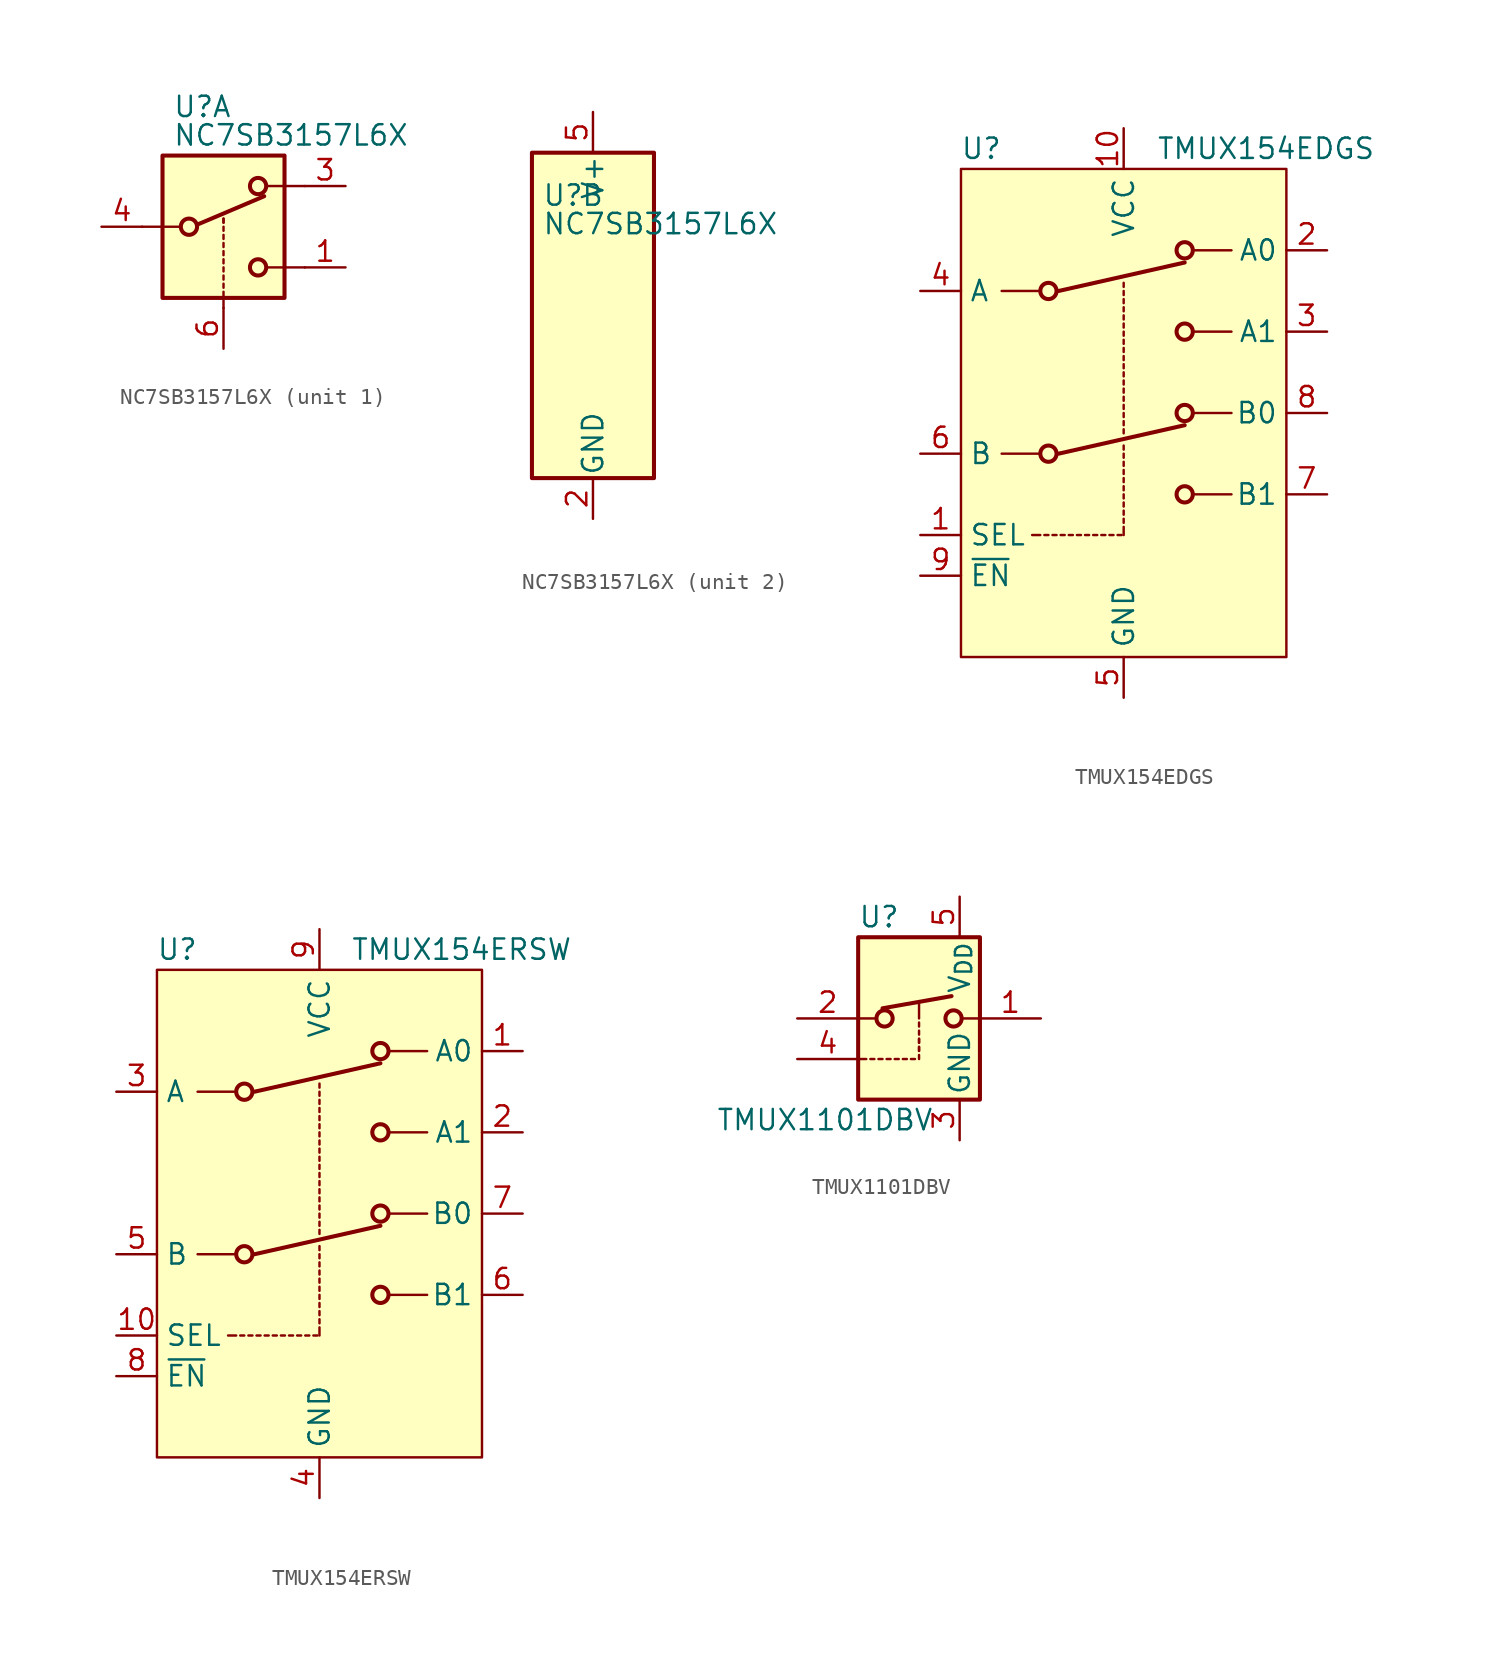
<source format=kicad_sym>
(kicad_symbol_lib
  (version 20241209)
  (generator "kicad_symbol_editor")
  (generator_version "9.0")
  (symbol "NC7SB3157L6X"
    (pin_names
      (offset 0.127))
    (property "Reference" "U"
      (at -3.175 7.493 0)
      (effects (font (size 1.27 1.27)) (justify left)))
    (property "Value" "NC7SB3157L6X"
      (at -3.175 5.715 0)
      (effects (font (size 1.27 1.27)) (justify left)))
    (symbol "NC7SB3157L6X_1_1"
      (polyline (pts (xy -5.08 0) (xy -2.794 0)) (stroke (width 0) (type default)) (fill (type none)))
      (rectangle (start -3.81 4.445) (end 3.81 -4.445) (stroke (width 0.254) (type default)) (fill (type background)))
      (circle (center -2.159 0) (radius 0.508) (stroke (width 0.254) (type default)) (fill (type none)))
      (polyline (pts (xy -1.651 0.127) (xy 2.54 1.905)) (stroke (width 0.254) (type default)) (fill (type none)))
      (polyline (pts (xy 0 0.254) (xy 0 0.508)) (stroke (width 0) (type default)) (fill (type none)))
      (polyline (pts (xy 0 0.254) (xy 0 0.508)) (stroke (width 0) (type default)) (fill (type none)))
      (polyline (pts (xy 0 -0.254) (xy 0 0)) (stroke (width 0) (type default)) (fill (type none)))
      (polyline (pts (xy 0 -0.762) (xy 0 -0.508)) (stroke (width 0) (type default)) (fill (type none)))
      (polyline (pts (xy 0 -1.27) (xy 0 -1.016)) (stroke (width 0) (type default)) (fill (type none)))
      (polyline (pts (xy 0 -1.778) (xy 0 -1.524)) (stroke (width 0) (type default)) (fill (type none)))
      (polyline (pts (xy 0 -2.286) (xy 0 -2.032)) (stroke (width 0) (type default)) (fill (type none)))
      (polyline (pts (xy 0 -2.794) (xy 0 -2.54)) (stroke (width 0) (type default)) (fill (type none)))
      (polyline (pts (xy 0 -3.302) (xy 0 -3.048)) (stroke (width 0) (type default)) (fill (type none)))
      (polyline (pts (xy 0 -3.81) (xy 0 -3.556)) (stroke (width 0) (type default)) (fill (type none)))
      (polyline (pts (xy 0 -4.318) (xy 0 -4.064)) (stroke (width 0) (type default)) (fill (type none)))
      (polyline (pts (xy 0 -5.08) (xy 0 -4.572)) (stroke (width 0) (type default)) (fill (type none)))
      (circle (center 2.159 2.54) (radius 0.508) (stroke (width 0.254) (type default)) (fill (type none)))
      (circle (center 2.159 -2.54) (radius 0.508) (stroke (width 0.254) (type default)) (fill (type none)))
      (polyline (pts (xy 5.08 2.54) (xy 2.794 2.54)) (stroke (width 0) (type default)) (fill (type none)))
      (polyline (pts (xy 5.08 -2.54) (xy 2.794 -2.54)) (stroke (width 0) (type default)) (fill (type none)))
      (pin passive line (at -7.62 0 0) (length 2.54) (name "~" (effects (font (size 1.27 1.27)))) (number "4" (effects (font (size 1.27 1.27)))))
      (pin input line (at 0 -7.62 90) (length 2.54) (name "~" (effects (font (size 1.27 1.27)))) (number "6" (effects (font (size 1.27 1.27)))))
      (pin passive line (at 7.62 2.54 180) (length 2.54) (name "~" (effects (font (size 1.27 1.27)))) (number "3" (effects (font (size 1.27 1.27)))))
      (pin passive line (at 7.62 -2.54 180) (length 2.54) (name "~" (effects (font (size 1.27 1.27)))) (number "1" (effects (font (size 1.27 1.27))))))
    (symbol "NC7SB3157L6X_2_0"
      (pin power_in line (at 0 12.7 270) (length 2.54) (name "V+" (effects (font (size 1.27 1.27)))) (number "5" (effects (font (size 1.27 1.27)))))
      (pin power_in line (at 0 -12.7 90) (length 2.54) (name "GND" (effects (font (size 1.27 1.27)))) (number "2" (effects (font (size 1.27 1.27))))))
    (symbol "NC7SB3157L6X_2_1"
      (rectangle (start -3.81 10.16) (end 3.81 -10.16) (stroke (width 0.254) (type default)) (fill (type background)))))
  (symbol "TMUX154EDGS"
    (property "Reference" "U"
      (at -8.89 16.51 0)
      (effects (font (size 1.27 1.27))))
    (property "Value" "TMUX154EDGS"
      (at 8.89 16.51 0)
      (effects (font (size 1.27 1.27))))
    (symbol "TMUX154EDGS_1_1"
      (rectangle (start -10.16 15.24) (end 10.16 -15.24) (stroke (width 0) (type default)) (fill (type background)))
      (polyline (pts (xy -7.62 7.62) (xy -5.334 7.62)) (stroke (width 0) (type default)) (fill (type none)))
      (polyline (pts (xy -7.62 -2.54) (xy -5.334 -2.54)) (stroke (width 0) (type default)) (fill (type none)))
      (polyline (pts (xy -5.715 -7.62) (xy -5.207 -7.62)) (stroke (width 0) (type default)) (fill (type none)))
      (polyline (pts (xy -4.953 -7.62) (xy -4.699 -7.62)) (stroke (width 0) (type default)) (fill (type none)))
      (circle (center -4.699 7.62) (radius 0.508) (stroke (width 0.254) (type default)) (fill (type none)))
      (circle (center -4.699 -2.54) (radius 0.508) (stroke (width 0.254) (type default)) (fill (type none)))
      (polyline (pts (xy -4.445 -7.62) (xy -4.191 -7.62)) (stroke (width 0) (type default)) (fill (type none)))
      (polyline (pts (xy -3.937 -7.62) (xy -3.683 -7.62)) (stroke (width 0) (type default)) (fill (type none)))
      (polyline (pts (xy -3.429 -7.62) (xy -3.175 -7.62)) (stroke (width 0) (type default)) (fill (type none)))
      (polyline (pts (xy -2.921 -7.62) (xy -2.667 -7.62)) (stroke (width 0) (type default)) (fill (type none)))
      (polyline (pts (xy -2.413 -7.62) (xy -2.159 -7.62)) (stroke (width 0) (type default)) (fill (type none)))
      (polyline (pts (xy -1.905 -7.62) (xy -1.651 -7.62)) (stroke (width 0) (type default)) (fill (type none)))
      (polyline (pts (xy -1.397 -7.62) (xy -1.143 -7.62)) (stroke (width 0) (type default)) (fill (type none)))
      (polyline (pts (xy -0.889 -7.62) (xy -0.635 -7.62)) (stroke (width 0) (type default)) (fill (type none)))
      (polyline (pts (xy -0.381 -7.62) (xy -0.127 -7.62)) (stroke (width 0) (type default)) (fill (type none)))
      (polyline (pts (xy 0 7.874) (xy 0 8.128)) (stroke (width 0) (type default)) (fill (type none)))
      (polyline (pts (xy 0 7.366) (xy 0 7.62)) (stroke (width 0) (type default)) (fill (type none)))
      (polyline (pts (xy 0 6.858) (xy 0 7.112)) (stroke (width 0) (type default)) (fill (type none)))
      (polyline (pts (xy 0 6.35) (xy 0 6.604)) (stroke (width 0) (type default)) (fill (type none)))
      (polyline (pts (xy 0 5.842) (xy 0 6.096)) (stroke (width 0) (type default)) (fill (type none)))
      (polyline (pts (xy 0 5.334) (xy 0 5.588)) (stroke (width 0) (type default)) (fill (type none)))
      (polyline (pts (xy 0 4.826) (xy 0 5.08)) (stroke (width 0) (type default)) (fill (type none)))
      (polyline (pts (xy 0 4.318) (xy 0 4.572)) (stroke (width 0) (type default)) (fill (type none)))
      (polyline (pts (xy 0 3.81) (xy 0 4.064)) (stroke (width 0) (type default)) (fill (type none)))
      (polyline (pts (xy 0 3.302) (xy 0 3.556)) (stroke (width 0) (type default)) (fill (type none)))
      (polyline (pts (xy 0 2.794) (xy 0 3.048)) (stroke (width 0) (type default)) (fill (type none)))
      (polyline (pts (xy 0 2.286) (xy 0 2.54)) (stroke (width 0) (type default)) (fill (type none)))
      (polyline (pts (xy 0 1.778) (xy 0 2.032)) (stroke (width 0) (type default)) (fill (type none)))
      (polyline (pts (xy 0 1.27) (xy 0 1.524)) (stroke (width 0) (type default)) (fill (type none)))
      (polyline (pts (xy 0 0.762) (xy 0 1.016)) (stroke (width 0) (type default)) (fill (type none)))
      (polyline (pts (xy 0 0.254) (xy 0 0.508)) (stroke (width 0) (type default)) (fill (type none)))
      (polyline (pts (xy 0 -0.254) (xy 0 0)) (stroke (width 0) (type default)) (fill (type none)))
      (polyline (pts (xy 0 -0.762) (xy 0 -0.508)) (stroke (width 0) (type default)) (fill (type none)))
      (polyline (pts (xy 0 -1.27) (xy 0 -1.016)) (stroke (width 0) (type default)) (fill (type none)))
      (polyline (pts (xy 0 -2.286) (xy 0 -2.032)) (stroke (width 0) (type default)) (fill (type none)))
      (polyline (pts (xy 0 -2.794) (xy 0 -2.54)) (stroke (width 0) (type default)) (fill (type none)))
      (polyline (pts (xy 0 -3.302) (xy 0 -3.048)) (stroke (width 0) (type default)) (fill (type none)))
      (polyline (pts (xy 0 -3.81) (xy 0 -3.556)) (stroke (width 0) (type default)) (fill (type none)))
      (polyline (pts (xy 0 -4.318) (xy 0 -4.064)) (stroke (width 0) (type default)) (fill (type none)))
      (polyline (pts (xy 0 -4.826) (xy 0 -4.572)) (stroke (width 0) (type default)) (fill (type none)))
      (polyline (pts (xy 0 -5.334) (xy 0 -5.08)) (stroke (width 0) (type default)) (fill (type none)))
      (polyline (pts (xy 0 -5.842) (xy 0 -5.588)) (stroke (width 0) (type default)) (fill (type none)))
      (polyline (pts (xy 0 -6.35) (xy 0 -6.096)) (stroke (width 0) (type default)) (fill (type none)))
      (polyline (pts (xy 0 -6.858) (xy 0 -6.604)) (stroke (width 0) (type default)) (fill (type none)))
      (polyline (pts (xy 0 -7.62) (xy 0 -7.112)) (stroke (width 0) (type default)) (fill (type none)))
      (circle (center 3.81 10.16) (radius 0.508) (stroke (width 0.254) (type default)) (fill (type none)))
      (polyline (pts (xy 3.81 9.398) (xy -4.064 7.62)) (stroke (width 0.254) (type default)) (fill (type none)))
      (circle (center 3.81 5.08) (radius 0.508) (stroke (width 0.254) (type default)) (fill (type none)))
      (circle (center 3.81 0) (radius 0.508) (stroke (width 0.254) (type default)) (fill (type none)))
      (polyline (pts (xy 3.81 -0.762) (xy -4.064 -2.54)) (stroke (width 0.254) (type default)) (fill (type none)))
      (circle (center 3.81 -5.08) (radius 0.508) (stroke (width 0.254) (type default)) (fill (type none)))
      (polyline (pts (xy 6.731 10.16) (xy 4.445 10.16)) (stroke (width 0) (type default)) (fill (type none)))
      (polyline (pts (xy 6.731 5.08) (xy 4.445 5.08)) (stroke (width 0) (type default)) (fill (type none)))
      (polyline (pts (xy 6.731 0) (xy 4.445 0)) (stroke (width 0) (type default)) (fill (type none)))
      (polyline (pts (xy 6.731 -5.08) (xy 4.445 -5.08)) (stroke (width 0) (type default)) (fill (type none)))
      (pin passive line (at -12.7 7.62 0) (length 2.54) (name "A" (effects (font (size 1.27 1.27)))) (number "4" (effects (font (size 1.27 1.27)))))
      (pin passive line (at -12.7 -2.54 0) (length 2.54) (name "B" (effects (font (size 1.27 1.27)))) (number "6" (effects (font (size 1.27 1.27)))))
      (pin passive line (at -12.7 -7.62 0) (length 2.54) (name "SEL" (effects (font (size 1.27 1.27)))) (number "1" (effects (font (size 1.27 1.27)))))
      (pin passive line (at -12.7 -10.16 0) (length 2.54) (name "~{EN}" (effects (font (size 1.27 1.27)))) (number "9" (effects (font (size 1.27 1.27)))))
      (pin power_in line (at 0 17.78 270) (length 2.54) (name "VCC" (effects (font (size 1.27 1.27)))) (number "10" (effects (font (size 1.27 1.27)))))
      (pin power_in line (at 0 -17.78 90) (length 2.54) (name "GND" (effects (font (size 1.27 1.27)))) (number "5" (effects (font (size 1.27 1.27)))))
      (pin passive line (at 12.7 10.16 180) (length 2.54) (name "A0" (effects (font (size 1.27 1.27)))) (number "2" (effects (font (size 1.27 1.27)))))
      (pin passive line (at 12.7 5.08 180) (length 2.54) (name "A1" (effects (font (size 1.27 1.27)))) (number "3" (effects (font (size 1.27 1.27)))))
      (pin passive line (at 12.7 0 180) (length 2.54) (name "B0" (effects (font (size 1.27 1.27)))) (number "8" (effects (font (size 1.27 1.27)))))
      (pin passive line (at 12.7 -5.08 180) (length 2.54) (name "B1" (effects (font (size 1.27 1.27)))) (number "7" (effects (font (size 1.27 1.27)))))))
  (symbol "TMUX154ERSW"
    (property "Reference" "U"
      (at -8.89 16.51 0)
      (effects (font (size 1.27 1.27))))
    (property "Value" "TMUX154ERSW"
      (at 8.89 16.51 0)
      (effects (font (size 1.27 1.27))))
    (symbol "TMUX154ERSW_1_1"
      (rectangle (start -10.16 15.24) (end 10.16 -15.24) (stroke (width 0) (type default)) (fill (type background)))
      (polyline (pts (xy -7.62 7.62) (xy -5.334 7.62)) (stroke (width 0) (type default)) (fill (type none)))
      (polyline (pts (xy -7.62 -2.54) (xy -5.334 -2.54)) (stroke (width 0) (type default)) (fill (type none)))
      (polyline (pts (xy -5.715 -7.62) (xy -5.207 -7.62)) (stroke (width 0) (type default)) (fill (type none)))
      (polyline (pts (xy -4.953 -7.62) (xy -4.699 -7.62)) (stroke (width 0) (type default)) (fill (type none)))
      (circle (center -4.699 7.62) (radius 0.508) (stroke (width 0.254) (type default)) (fill (type none)))
      (circle (center -4.699 -2.54) (radius 0.508) (stroke (width 0.254) (type default)) (fill (type none)))
      (polyline (pts (xy -4.445 -7.62) (xy -4.191 -7.62)) (stroke (width 0) (type default)) (fill (type none)))
      (polyline (pts (xy -3.937 -7.62) (xy -3.683 -7.62)) (stroke (width 0) (type default)) (fill (type none)))
      (polyline (pts (xy -3.429 -7.62) (xy -3.175 -7.62)) (stroke (width 0) (type default)) (fill (type none)))
      (polyline (pts (xy -2.921 -7.62) (xy -2.667 -7.62)) (stroke (width 0) (type default)) (fill (type none)))
      (polyline (pts (xy -2.413 -7.62) (xy -2.159 -7.62)) (stroke (width 0) (type default)) (fill (type none)))
      (polyline (pts (xy -1.905 -7.62) (xy -1.651 -7.62)) (stroke (width 0) (type default)) (fill (type none)))
      (polyline (pts (xy -1.397 -7.62) (xy -1.143 -7.62)) (stroke (width 0) (type default)) (fill (type none)))
      (polyline (pts (xy -0.889 -7.62) (xy -0.635 -7.62)) (stroke (width 0) (type default)) (fill (type none)))
      (polyline (pts (xy -0.381 -7.62) (xy -0.127 -7.62)) (stroke (width 0) (type default)) (fill (type none)))
      (polyline (pts (xy 0 7.874) (xy 0 8.128)) (stroke (width 0) (type default)) (fill (type none)))
      (polyline (pts (xy 0 7.366) (xy 0 7.62)) (stroke (width 0) (type default)) (fill (type none)))
      (polyline (pts (xy 0 6.858) (xy 0 7.112)) (stroke (width 0) (type default)) (fill (type none)))
      (polyline (pts (xy 0 6.35) (xy 0 6.604)) (stroke (width 0) (type default)) (fill (type none)))
      (polyline (pts (xy 0 5.842) (xy 0 6.096)) (stroke (width 0) (type default)) (fill (type none)))
      (polyline (pts (xy 0 5.334) (xy 0 5.588)) (stroke (width 0) (type default)) (fill (type none)))
      (polyline (pts (xy 0 4.826) (xy 0 5.08)) (stroke (width 0) (type default)) (fill (type none)))
      (polyline (pts (xy 0 4.318) (xy 0 4.572)) (stroke (width 0) (type default)) (fill (type none)))
      (polyline (pts (xy 0 3.81) (xy 0 4.064)) (stroke (width 0) (type default)) (fill (type none)))
      (polyline (pts (xy 0 3.302) (xy 0 3.556)) (stroke (width 0) (type default)) (fill (type none)))
      (polyline (pts (xy 0 2.794) (xy 0 3.048)) (stroke (width 0) (type default)) (fill (type none)))
      (polyline (pts (xy 0 2.286) (xy 0 2.54)) (stroke (width 0) (type default)) (fill (type none)))
      (polyline (pts (xy 0 1.778) (xy 0 2.032)) (stroke (width 0) (type default)) (fill (type none)))
      (polyline (pts (xy 0 1.27) (xy 0 1.524)) (stroke (width 0) (type default)) (fill (type none)))
      (polyline (pts (xy 0 0.762) (xy 0 1.016)) (stroke (width 0) (type default)) (fill (type none)))
      (polyline (pts (xy 0 0.254) (xy 0 0.508)) (stroke (width 0) (type default)) (fill (type none)))
      (polyline (pts (xy 0 -0.254) (xy 0 0)) (stroke (width 0) (type default)) (fill (type none)))
      (polyline (pts (xy 0 -0.762) (xy 0 -0.508)) (stroke (width 0) (type default)) (fill (type none)))
      (polyline (pts (xy 0 -1.27) (xy 0 -1.016)) (stroke (width 0) (type default)) (fill (type none)))
      (polyline (pts (xy 0 -2.286) (xy 0 -2.032)) (stroke (width 0) (type default)) (fill (type none)))
      (polyline (pts (xy 0 -2.794) (xy 0 -2.54)) (stroke (width 0) (type default)) (fill (type none)))
      (polyline (pts (xy 0 -3.302) (xy 0 -3.048)) (stroke (width 0) (type default)) (fill (type none)))
      (polyline (pts (xy 0 -3.81) (xy 0 -3.556)) (stroke (width 0) (type default)) (fill (type none)))
      (polyline (pts (xy 0 -4.318) (xy 0 -4.064)) (stroke (width 0) (type default)) (fill (type none)))
      (polyline (pts (xy 0 -4.826) (xy 0 -4.572)) (stroke (width 0) (type default)) (fill (type none)))
      (polyline (pts (xy 0 -5.334) (xy 0 -5.08)) (stroke (width 0) (type default)) (fill (type none)))
      (polyline (pts (xy 0 -5.842) (xy 0 -5.588)) (stroke (width 0) (type default)) (fill (type none)))
      (polyline (pts (xy 0 -6.35) (xy 0 -6.096)) (stroke (width 0) (type default)) (fill (type none)))
      (polyline (pts (xy 0 -6.858) (xy 0 -6.604)) (stroke (width 0) (type default)) (fill (type none)))
      (polyline (pts (xy 0 -7.62) (xy 0 -7.112)) (stroke (width 0) (type default)) (fill (type none)))
      (circle (center 3.81 10.16) (radius 0.508) (stroke (width 0.254) (type default)) (fill (type none)))
      (polyline (pts (xy 3.81 9.398) (xy -4.064 7.62)) (stroke (width 0.254) (type default)) (fill (type none)))
      (circle (center 3.81 5.08) (radius 0.508) (stroke (width 0.254) (type default)) (fill (type none)))
      (circle (center 3.81 0) (radius 0.508) (stroke (width 0.254) (type default)) (fill (type none)))
      (polyline (pts (xy 3.81 -0.762) (xy -4.064 -2.54)) (stroke (width 0.254) (type default)) (fill (type none)))
      (circle (center 3.81 -5.08) (radius 0.508) (stroke (width 0.254) (type default)) (fill (type none)))
      (polyline (pts (xy 6.731 10.16) (xy 4.445 10.16)) (stroke (width 0) (type default)) (fill (type none)))
      (polyline (pts (xy 6.731 5.08) (xy 4.445 5.08)) (stroke (width 0) (type default)) (fill (type none)))
      (polyline (pts (xy 6.731 0) (xy 4.445 0)) (stroke (width 0) (type default)) (fill (type none)))
      (polyline (pts (xy 6.731 -5.08) (xy 4.445 -5.08)) (stroke (width 0) (type default)) (fill (type none)))
      (pin passive line (at -12.7 7.62 0) (length 2.54) (name "A" (effects (font (size 1.27 1.27)))) (number "3" (effects (font (size 1.27 1.27)))))
      (pin passive line (at -12.7 -2.54 0) (length 2.54) (name "B" (effects (font (size 1.27 1.27)))) (number "5" (effects (font (size 1.27 1.27)))))
      (pin passive line (at -12.7 -7.62 0) (length 2.54) (name "SEL" (effects (font (size 1.27 1.27)))) (number "10" (effects (font (size 1.27 1.27)))))
      (pin passive line (at -12.7 -10.16 0) (length 2.54) (name "~{EN}" (effects (font (size 1.27 1.27)))) (number "8" (effects (font (size 1.27 1.27)))))
      (pin power_in line (at 0 17.78 270) (length 2.54) (name "VCC" (effects (font (size 1.27 1.27)))) (number "9" (effects (font (size 1.27 1.27)))))
      (pin power_in line (at 0 -17.78 90) (length 2.54) (name "GND" (effects (font (size 1.27 1.27)))) (number "4" (effects (font (size 1.27 1.27)))))
      (pin passive line (at 12.7 10.16 180) (length 2.54) (name "A0" (effects (font (size 1.27 1.27)))) (number "1" (effects (font (size 1.27 1.27)))))
      (pin passive line (at 12.7 5.08 180) (length 2.54) (name "A1" (effects (font (size 1.27 1.27)))) (number "2" (effects (font (size 1.27 1.27)))))
      (pin passive line (at 12.7 0 180) (length 2.54) (name "B0" (effects (font (size 1.27 1.27)))) (number "7" (effects (font (size 1.27 1.27)))))
      (pin passive line (at 12.7 -5.08 180) (length 2.54) (name "B1" (effects (font (size 1.27 1.27)))) (number "6" (effects (font (size 1.27 1.27)))))))
  (symbol "TMUX1101DBV"
    (pin_names
      (offset 0.254))
    (property "Reference" "U"
      (at -3.81 6.35 0)
      (effects (font (size 1.27 1.27)) (justify left)))
    (property "Value" "TMUX1101DBV"
      (at -12.7 -6.35 0)
      (effects (font (size 1.27 1.27)) (justify left)))
    (symbol "TMUX1101DBV_0_1"
      (polyline (pts (xy -3.81 -2.54) (xy -3.302 -2.54)) (stroke (width 0) (type default)) (fill (type none)))
      (polyline (pts (xy -3.048 -2.54) (xy -2.794 -2.54)) (stroke (width 0) (type default)) (fill (type none)))
      (polyline (pts (xy -2.54 -2.54) (xy -2.286 -2.54)) (stroke (width 0) (type default)) (fill (type none)))
      (polyline (pts (xy -2.032 -2.54) (xy -1.778 -2.54)) (stroke (width 0) (type default)) (fill (type none)))
      (polyline (pts (xy -1.524 -2.54) (xy -1.27 -2.54)) (stroke (width 0) (type default)) (fill (type none)))
      (polyline (pts (xy -1.016 -2.54) (xy -0.762 -2.54)) (stroke (width 0) (type default)) (fill (type none)))
      (polyline (pts (xy -0.508 -2.54) (xy -0.254 -2.54)) (stroke (width 0) (type default)) (fill (type none)))
      (polyline (pts (xy 0 -1.524) (xy 0 -1.27)) (stroke (width 0) (type default)) (fill (type none)))
      (polyline (pts (xy 0 -2.032) (xy 0 -1.778)) (stroke (width 0) (type default)) (fill (type none))))
    (symbol "TMUX1101DBV_1_1"
      (rectangle (start -3.81 5.08) (end 3.81 -5.08) (stroke (width 0.254) (type default)) (fill (type background)))
      (polyline (pts (xy -3.81 0) (xy -2.794 0)) (stroke (width 0) (type default)) (fill (type none)))
      (polyline (pts (xy -2.286 0.635) (xy 2.032 1.397)) (stroke (width 0.254) (type default)) (fill (type none)))
      (circle (center -2.159 0) (radius 0.508) (stroke (width 0.254) (type default)) (fill (type none)))
      (polyline (pts (xy 0 0) (xy 0 1.016)) (stroke (width 0) (type default)) (fill (type none)))
      (polyline (pts (xy 0 -0.508) (xy 0 -0.254)) (stroke (width 0) (type default)) (fill (type none)))
      (polyline (pts (xy 0 -1.016) (xy 0 -0.762)) (stroke (width 0) (type default)) (fill (type none)))
      (polyline (pts (xy 0 -1.524) (xy 0 -1.27)) (stroke (width 0) (type default)) (fill (type none)))
      (polyline (pts (xy 0 -2.032) (xy 0 -1.778)) (stroke (width 0) (type default)) (fill (type none)))
      (polyline (pts (xy 0 -2.54) (xy 0 -2.286)) (stroke (width 0) (type default)) (fill (type none)))
      (circle (center 2.159 0) (radius 0.508) (stroke (width 0.254) (type default)) (fill (type none)))
      (polyline (pts (xy 3.81 0) (xy 2.794 0)) (stroke (width 0) (type default)) (fill (type none)))
      (pin passive line (at -7.62 0 0) (length 3.81) (name "~" (effects (font (size 1.27 1.27)))) (number "2" (effects (font (size 1.27 1.27)))))
      (pin input line (at -7.62 -2.54 0) (length 3.81) (name "~" (effects (font (size 1.27 1.27)))) (number "4" (effects (font (size 1.27 1.27)))))
      (pin power_in line (at 2.54 7.62 270) (length 2.54) (name "V_{DD}" (effects (font (size 1.27 1.27)))) (number "5" (effects (font (size 1.27 1.27)))))
      (pin power_in line (at 2.54 -7.62 90) (length 2.54) (name "GND" (effects (font (size 1.27 1.27)))) (number "3" (effects (font (size 1.27 1.27)))))
      (pin passive line (at 7.62 0 180) (length 3.81) (name "~" (effects (font (size 1.27 1.27)))) (number "1" (effects (font (size 1.27 1.27))))))))
</source>
